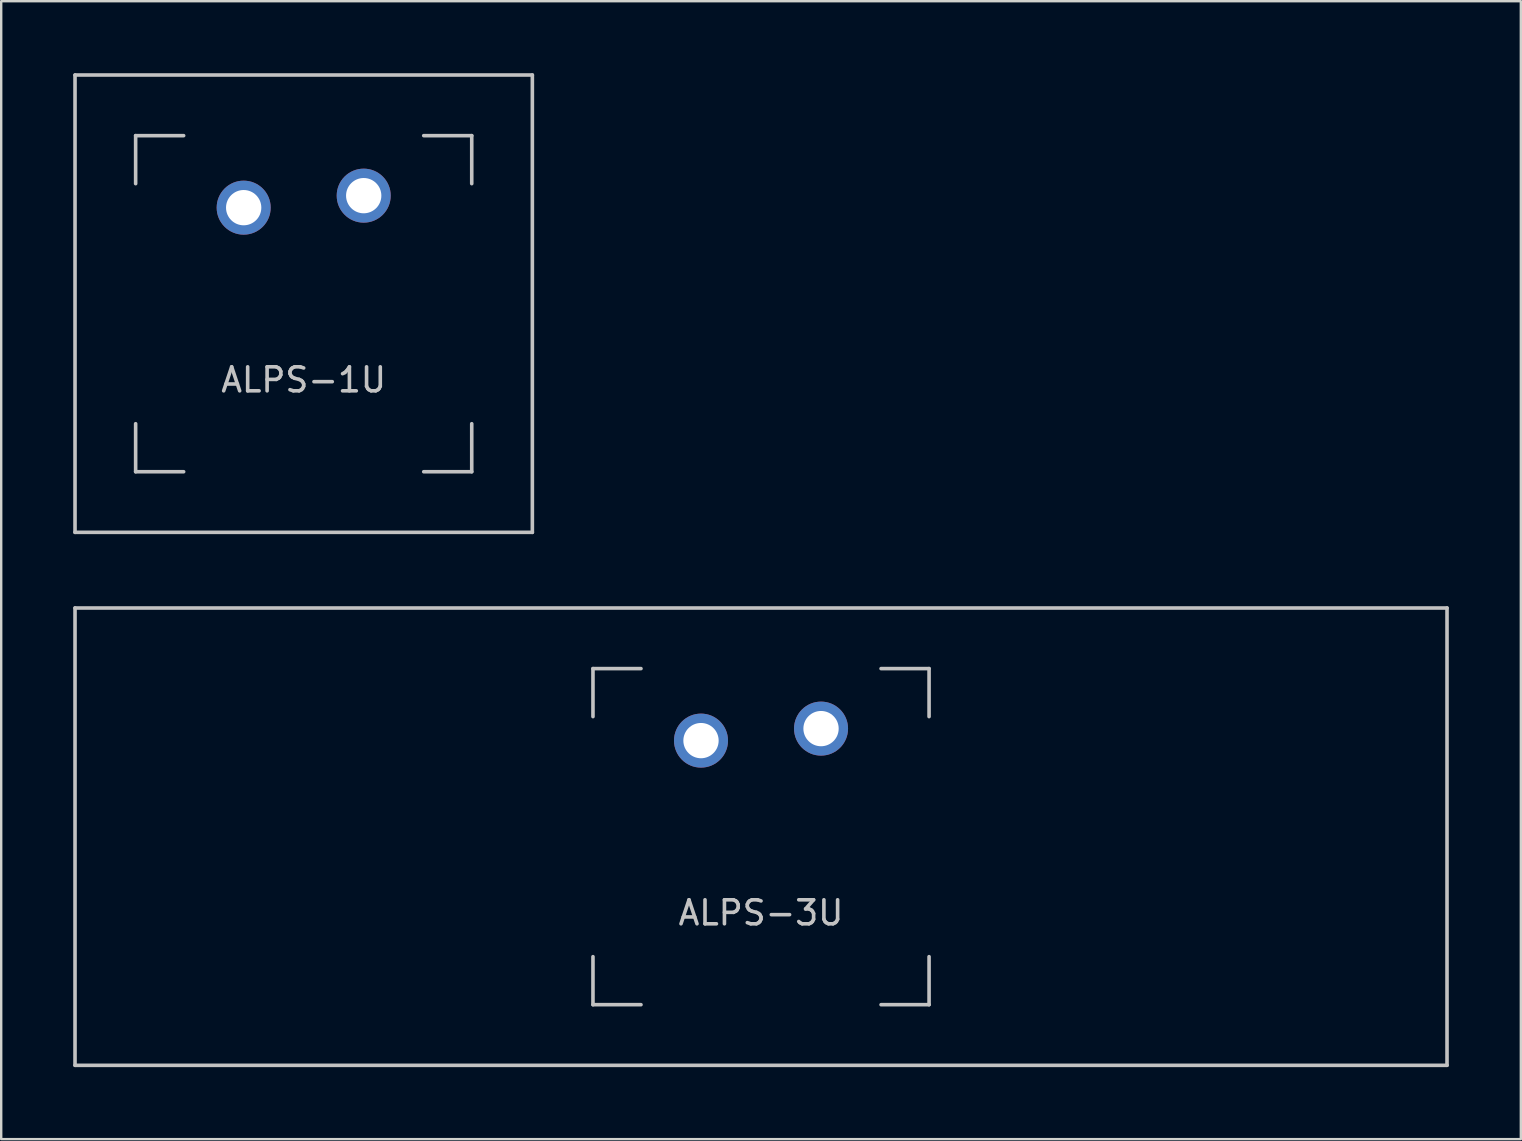
<source format=kicad_pcb>
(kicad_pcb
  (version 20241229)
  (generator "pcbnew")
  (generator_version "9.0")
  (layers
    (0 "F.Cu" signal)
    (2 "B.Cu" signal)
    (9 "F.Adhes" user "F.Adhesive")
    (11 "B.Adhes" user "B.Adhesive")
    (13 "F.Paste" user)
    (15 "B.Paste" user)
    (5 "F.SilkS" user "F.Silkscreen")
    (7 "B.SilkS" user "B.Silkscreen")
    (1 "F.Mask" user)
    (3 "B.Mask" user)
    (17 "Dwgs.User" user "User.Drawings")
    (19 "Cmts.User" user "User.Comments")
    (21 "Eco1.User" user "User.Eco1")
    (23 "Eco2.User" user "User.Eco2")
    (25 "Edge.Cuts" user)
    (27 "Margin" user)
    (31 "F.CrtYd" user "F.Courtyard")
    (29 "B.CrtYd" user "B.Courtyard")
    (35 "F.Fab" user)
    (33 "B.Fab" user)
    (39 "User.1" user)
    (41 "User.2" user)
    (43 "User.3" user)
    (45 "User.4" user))
  (footprint "ALPS-3U"
    (layer "F.Cu")
    (at 28.65 31.8)
    (property "Reference" "ALPS-3U" (at 0 3.175 0) (layer "Dwgs.User") (effects (font (size 1 1) (thickness 0.15))))
    (attr through_hole)
    (fp_line (start -28.575 -9.525) (end 28.575 -9.525) (stroke (width 0.15) (type solid)) (layer "Dwgs.User"))
    (fp_line (start -28.575 9.525) (end -28.575 -9.525) (stroke (width 0.15) (type solid)) (layer "Dwgs.User"))
    (fp_line (start -28.575 9.525) (end 28.575 9.525) (stroke (width 0.15) (type solid)) (layer "Dwgs.User"))
    (fp_line (start -7 -7) (end -7 -5) (stroke (width 0.15) (type solid)) (layer "Dwgs.User"))
    (fp_line (start -7 5) (end -7 7) (stroke (width 0.15) (type solid)) (layer "Dwgs.User"))
    (fp_line (start -7 7) (end -5 7) (stroke (width 0.15) (type solid)) (layer "Dwgs.User"))
    (fp_line (start -5 -7) (end -7 -7) (stroke (width 0.15) (type solid)) (layer "Dwgs.User"))
    (fp_line (start 5 -7) (end 7 -7) (stroke (width 0.15) (type solid)) (layer "Dwgs.User"))
    (fp_line (start 5 7) (end 7 7) (stroke (width 0.15) (type solid)) (layer "Dwgs.User"))
    (fp_line (start 7 -7) (end 7 -5) (stroke (width 0.15) (type solid)) (layer "Dwgs.User"))
    (fp_line (start 7 7) (end 7 5) (stroke (width 0.15) (type solid)) (layer "Dwgs.User"))
    (fp_line (start 28.575 -9.525) (end 28.575 9.525) (stroke (width 0.15) (type solid)) (layer "Dwgs.User"))
    (pad "1" thru_hole circle (at -2.5 -4) (size 2.25 2.25) (drill 1.47) (layers "*.Cu" "B.Mask"))
    (pad "2" thru_hole circle (at 2.5 -4.5) (size 2.25 2.25) (drill 1.47) (layers "*.Cu" "B.Mask")))
  (footprint "ALPS-1U"
    (layer "F.Cu")
    (at 9.6 9.6)
    (property "Reference" "ALPS-1U" (at 0 3.175 0) (layer "Dwgs.User") (effects (font (size 1 1) (thickness 0.15))))
    (attr through_hole)
    (fp_line (start -9.525 -9.525) (end 9.525 -9.525) (stroke (width 0.15) (type solid)) (layer "Dwgs.User"))
    (fp_line (start -9.525 9.525) (end -9.525 -9.525) (stroke (width 0.15) (type solid)) (layer "Dwgs.User"))
    (fp_line (start -9.525 9.525) (end 9.525 9.525) (stroke (width 0.15) (type solid)) (layer "Dwgs.User"))
    (fp_line (start -7 -7) (end -7 -5) (stroke (width 0.15) (type solid)) (layer "Dwgs.User"))
    (fp_line (start -7 5) (end -7 7) (stroke (width 0.15) (type solid)) (layer "Dwgs.User"))
    (fp_line (start -7 7) (end -5 7) (stroke (width 0.15) (type solid)) (layer "Dwgs.User"))
    (fp_line (start -5 -7) (end -7 -7) (stroke (width 0.15) (type solid)) (layer "Dwgs.User"))
    (fp_line (start 5 -7) (end 7 -7) (stroke (width 0.15) (type solid)) (layer "Dwgs.User"))
    (fp_line (start 5 7) (end 7 7) (stroke (width 0.15) (type solid)) (layer "Dwgs.User"))
    (fp_line (start 7 -7) (end 7 -5) (stroke (width 0.15) (type solid)) (layer "Dwgs.User"))
    (fp_line (start 7 7) (end 7 5) (stroke (width 0.15) (type solid)) (layer "Dwgs.User"))
    (fp_line (start 9.525 -9.525) (end 9.525 9.525) (stroke (width 0.15) (type solid)) (layer "Dwgs.User"))
    (pad "1" thru_hole circle (at -2.5 -4) (size 2.25 2.25) (drill 1.47) (layers "*.Cu" "B.Mask"))
    (pad "2" thru_hole circle (at 2.5 -4.5) (size 2.25 2.25) (drill 1.47) (layers "*.Cu" "B.Mask")))
  (gr_rect
    (start -3 -3)
    (end 60.3 44.4)
    (stroke (width 0.1) (type default))
    (fill no)
    (layer "Edge.Cuts")))
</source>
